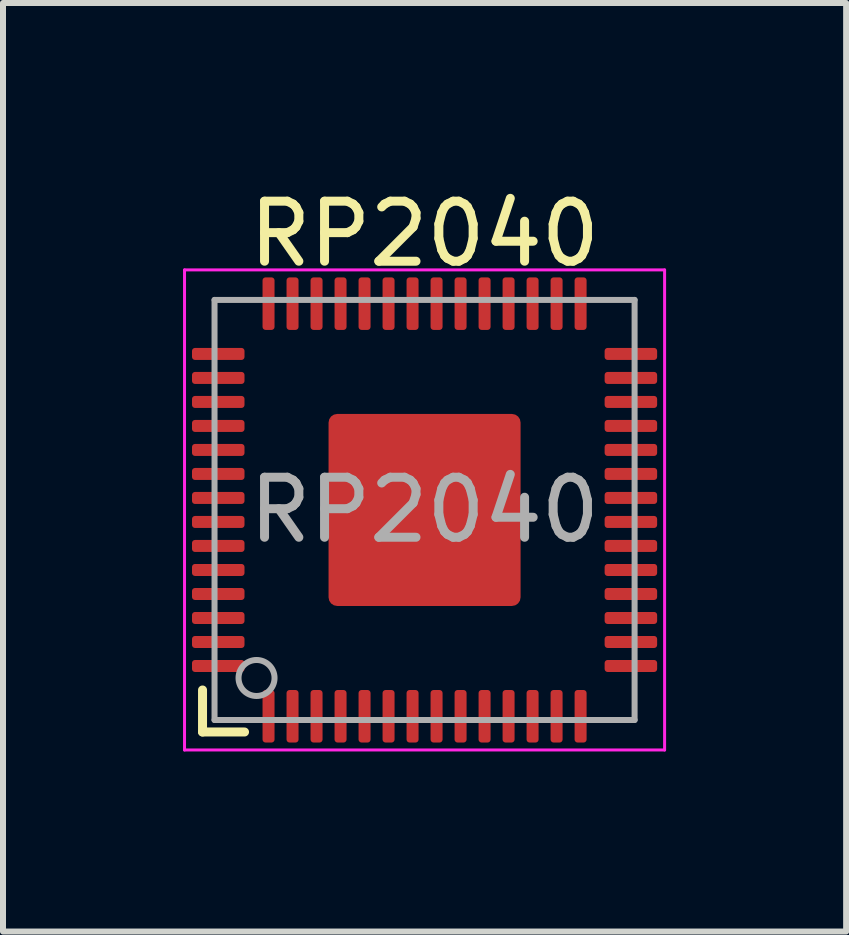
<source format=kicad_pcb>
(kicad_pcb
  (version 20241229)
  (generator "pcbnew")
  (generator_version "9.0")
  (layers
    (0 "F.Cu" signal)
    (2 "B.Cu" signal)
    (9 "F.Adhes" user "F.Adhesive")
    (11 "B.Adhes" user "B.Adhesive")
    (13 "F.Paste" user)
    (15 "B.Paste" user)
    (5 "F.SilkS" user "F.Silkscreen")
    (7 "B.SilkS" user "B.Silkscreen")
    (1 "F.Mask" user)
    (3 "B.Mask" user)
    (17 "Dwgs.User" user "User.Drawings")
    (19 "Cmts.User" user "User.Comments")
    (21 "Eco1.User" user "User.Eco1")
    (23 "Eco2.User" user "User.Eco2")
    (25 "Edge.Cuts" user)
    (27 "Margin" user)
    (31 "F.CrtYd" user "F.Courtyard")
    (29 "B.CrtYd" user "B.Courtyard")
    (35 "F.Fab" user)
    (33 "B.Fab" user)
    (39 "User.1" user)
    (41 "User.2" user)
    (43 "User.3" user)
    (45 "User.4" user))
  (footprint "RP2040"
    (layer "F.Cu")
    (at 4.025 5.448)
    (property "Reference" "RP2040" (at 0 -4.6 0) (layer "F.SilkS") (effects (font (size 1 1) (thickness 0.15))))
    (attr smd)
    (fp_line (start -3.7 3) (end -3.7 3.7) (stroke (width 0.15) (type solid)) (layer "F.SilkS"))
    (fp_line (start -3.7 3.7) (end -3 3.7) (stroke (width 0.15) (type solid)) (layer "F.SilkS"))
    (fp_poly (pts (xy -0.3 -0.3) (xy -1.3 -0.3) (xy -1.3 -1.3) (xy -0.3 -1.3)) (stroke (width 0.1) (type solid)) (fill yes) (layer "F.Paste"))
    (fp_poly (pts (xy -0.3 1.3) (xy -1.3 1.3) (xy -1.3 0.3) (xy -0.3 0.3)) (stroke (width 0.1) (type solid)) (fill yes) (layer "F.Paste"))
    (fp_poly (pts (xy 1.3 -0.3) (xy 0.3 -0.3) (xy 0.3 -1.3) (xy 1.3 -1.3)) (stroke (width 0.1) (type solid)) (fill yes) (layer "F.Paste"))
    (fp_poly (pts (xy 1.3 1.3) (xy 0.3 1.3) (xy 0.3 0.3) (xy 1.3 0.3)) (stroke (width 0.1) (type solid)) (fill yes) (layer "F.Paste"))
    (fp_line (start -4 -4) (end -4 4) (stroke (width 0.05) (type solid)) (layer "F.CrtYd"))
    (fp_line (start -4 4) (end 4 4) (stroke (width 0.05) (type solid)) (layer "F.CrtYd"))
    (fp_line (start 4 -4) (end -4 -4) (stroke (width 0.05) (type solid)) (layer "F.CrtYd"))
    (fp_line (start 4 4) (end 4 -4) (stroke (width 0.05) (type solid)) (layer "F.CrtYd"))
    (fp_line (start -3.5 -3.5) (end -3.5 3.5) (stroke (width 0.1) (type solid)) (layer "F.Fab"))
    (fp_line (start -3.5 3.5) (end 3.5 3.5) (stroke (width 0.1) (type solid)) (layer "F.Fab"))
    (fp_line (start 3.5 -3.5) (end -3.5 -3.5) (stroke (width 0.1) (type solid)) (layer "F.Fab"))
    (fp_line (start 3.5 3.5) (end 3.5 -3.5) (stroke (width 0.1) (type solid)) (layer "F.Fab"))
    (fp_circle (center -2.8 2.8) (end -2.8 2.5) (stroke (width 0.1) (type solid)) (fill no) (layer "F.Fab"))
    (fp_text user "${REFERENCE}" (at 0 0 0) (layer "F.Fab") (effects (font (size 1 1) (thickness 0.15))))
    (pad "1" smd roundrect (at -2.6 3.438 180) (size 0.2 0.875) (layers "F.Cu" "F.Mask" "F.Paste") (roundrect_rratio 0.25))
    (pad "2" smd roundrect (at -2.2 3.438 180) (size 0.2 0.875) (layers "F.Cu" "F.Mask" "F.Paste") (roundrect_rratio 0.25))
    (pad "3" smd roundrect (at -1.8 3.438 180) (size 0.2 0.875) (layers "F.Cu" "F.Mask" "F.Paste") (roundrect_rratio 0.25))
    (pad "4" smd roundrect (at -1.4 3.438 180) (size 0.2 0.875) (layers "F.Cu" "F.Mask" "F.Paste") (roundrect_rratio 0.25))
    (pad "5" smd roundrect (at -1 3.438 180) (size 0.2 0.875) (layers "F.Cu" "F.Mask" "F.Paste") (roundrect_rratio 0.25))
    (pad "6" smd roundrect (at -0.6 3.438 180) (size 0.2 0.875) (layers "F.Cu" "F.Mask" "F.Paste") (roundrect_rratio 0.25))
    (pad "7" smd roundrect (at -0.2 3.438 180) (size 0.2 0.875) (layers "F.Cu" "F.Mask" "F.Paste") (roundrect_rratio 0.25))
    (pad "8" smd roundrect (at 0.2 3.438 180) (size 0.2 0.875) (layers "F.Cu" "F.Mask" "F.Paste") (roundrect_rratio 0.25))
    (pad "9" smd roundrect (at 0.6 3.438 180) (size 0.2 0.875) (layers "F.Cu" "F.Mask" "F.Paste") (roundrect_rratio 0.25))
    (pad "10" smd roundrect (at 1 3.438 180) (size 0.2 0.875) (layers "F.Cu" "F.Mask" "F.Paste") (roundrect_rratio 0.25))
    (pad "11" smd roundrect (at 1.4 3.438 180) (size 0.2 0.875) (layers "F.Cu" "F.Mask" "F.Paste") (roundrect_rratio 0.25))
    (pad "12" smd roundrect (at 1.8 3.438 180) (size 0.2 0.875) (layers "F.Cu" "F.Mask" "F.Paste") (roundrect_rratio 0.25))
    (pad "13" smd roundrect (at 2.2 3.438 180) (size 0.2 0.875) (layers "F.Cu" "F.Mask" "F.Paste") (roundrect_rratio 0.25))
    (pad "14" smd roundrect (at 2.6 3.438 180) (size 0.2 0.875) (layers "F.Cu" "F.Mask" "F.Paste") (roundrect_rratio 0.25))
    (pad "15" smd roundrect (at 3.438 2.6 90) (size 0.2 0.875) (layers "F.Cu" "F.Mask" "F.Paste") (roundrect_rratio 0.25))
    (pad "16" smd roundrect (at 3.438 2.2 90) (size 0.2 0.875) (layers "F.Cu" "F.Mask" "F.Paste") (roundrect_rratio 0.25))
    (pad "17" smd roundrect (at 3.438 1.8 90) (size 0.2 0.875) (layers "F.Cu" "F.Mask" "F.Paste") (roundrect_rratio 0.25))
    (pad "18" smd roundrect (at 3.438 1.4 90) (size 0.2 0.875) (layers "F.Cu" "F.Mask" "F.Paste") (roundrect_rratio 0.25))
    (pad "19" smd roundrect (at 3.438 1 90) (size 0.2 0.875) (layers "F.Cu" "F.Mask" "F.Paste") (roundrect_rratio 0.25))
    (pad "20" smd roundrect (at 3.438 0.6 90) (size 0.2 0.875) (layers "F.Cu" "F.Mask" "F.Paste") (roundrect_rratio 0.25))
    (pad "21" smd roundrect (at 3.438 0.2 90) (size 0.2 0.875) (layers "F.Cu" "F.Mask" "F.Paste") (roundrect_rratio 0.25))
    (pad "22" smd roundrect (at 3.438 -0.2 90) (size 0.2 0.875) (layers "F.Cu" "F.Mask" "F.Paste") (roundrect_rratio 0.25))
    (pad "23" smd roundrect (at 3.438 -0.6 90) (size 0.2 0.875) (layers "F.Cu" "F.Mask" "F.Paste") (roundrect_rratio 0.25))
    (pad "24" smd roundrect (at 3.438 -1 90) (size 0.2 0.875) (layers "F.Cu" "F.Mask" "F.Paste") (roundrect_rratio 0.25))
    (pad "25" smd roundrect (at 3.438 -1.4 90) (size 0.2 0.875) (layers "F.Cu" "F.Mask" "F.Paste") (roundrect_rratio 0.25))
    (pad "26" smd roundrect (at 3.438 -1.8 90) (size 0.2 0.875) (layers "F.Cu" "F.Mask" "F.Paste") (roundrect_rratio 0.25))
    (pad "27" smd roundrect (at 3.438 -2.2 90) (size 0.2 0.875) (layers "F.Cu" "F.Mask" "F.Paste") (roundrect_rratio 0.25))
    (pad "28" smd roundrect (at 3.438 -2.6 90) (size 0.2 0.875) (layers "F.Cu" "F.Mask" "F.Paste") (roundrect_rratio 0.25))
    (pad "29" smd roundrect (at 2.6 -3.438 180) (size 0.2 0.875) (layers "F.Cu" "F.Mask" "F.Paste") (roundrect_rratio 0.25))
    (pad "30" smd roundrect (at 2.2 -3.438 180) (size 0.2 0.875) (layers "F.Cu" "F.Mask" "F.Paste") (roundrect_rratio 0.25))
    (pad "31" smd roundrect (at 1.8 -3.438 180) (size 0.2 0.875) (layers "F.Cu" "F.Mask" "F.Paste") (roundrect_rratio 0.25))
    (pad "32" smd roundrect (at 1.4 -3.438 180) (size 0.2 0.875) (layers "F.Cu" "F.Mask" "F.Paste") (roundrect_rratio 0.25))
    (pad "33" smd roundrect (at 1 -3.438 180) (size 0.2 0.875) (layers "F.Cu" "F.Mask" "F.Paste") (roundrect_rratio 0.25))
    (pad "34" smd roundrect (at 0.6 -3.438 180) (size 0.2 0.875) (layers "F.Cu" "F.Mask" "F.Paste") (roundrect_rratio 0.25))
    (pad "35" smd roundrect (at 0.2 -3.438 180) (size 0.2 0.875) (layers "F.Cu" "F.Mask" "F.Paste") (roundrect_rratio 0.25))
    (pad "36" smd roundrect (at -0.2 -3.438 180) (size 0.2 0.875) (layers "F.Cu" "F.Mask" "F.Paste") (roundrect_rratio 0.25))
    (pad "37" smd roundrect (at -0.6 -3.438 180) (size 0.2 0.875) (layers "F.Cu" "F.Mask" "F.Paste") (roundrect_rratio 0.25))
    (pad "38" smd roundrect (at -1 -3.438 180) (size 0.2 0.875) (layers "F.Cu" "F.Mask" "F.Paste") (roundrect_rratio 0.25))
    (pad "39" smd roundrect (at -1.4 -3.438 180) (size 0.2 0.875) (layers "F.Cu" "F.Mask" "F.Paste") (roundrect_rratio 0.25))
    (pad "40" smd roundrect (at -1.8 -3.438 180) (size 0.2 0.875) (layers "F.Cu" "F.Mask" "F.Paste") (roundrect_rratio 0.25))
    (pad "41" smd roundrect (at -2.2 -3.438 180) (size 0.2 0.875) (layers "F.Cu" "F.Mask" "F.Paste") (roundrect_rratio 0.25))
    (pad "42" smd roundrect (at -2.6 -3.438 180) (size 0.2 0.875) (layers "F.Cu" "F.Mask" "F.Paste") (roundrect_rratio 0.25))
    (pad "43" smd roundrect (at -3.438 -2.6 90) (size 0.2 0.875) (layers "F.Cu" "F.Mask" "F.Paste") (roundrect_rratio 0.25))
    (pad "44" smd roundrect (at -3.438 -2.2 90) (size 0.2 0.875) (layers "F.Cu" "F.Mask" "F.Paste") (roundrect_rratio 0.25))
    (pad "45" smd roundrect (at -3.438 -1.8 90) (size 0.2 0.875) (layers "F.Cu" "F.Mask" "F.Paste") (roundrect_rratio 0.25))
    (pad "46" smd roundrect (at -3.438 -1.4 90) (size 0.2 0.875) (layers "F.Cu" "F.Mask" "F.Paste") (roundrect_rratio 0.25))
    (pad "47" smd roundrect (at -3.438 -1 90) (size 0.2 0.875) (layers "F.Cu" "F.Mask" "F.Paste") (roundrect_rratio 0.25))
    (pad "48" smd roundrect (at -3.438 -0.6 90) (size 0.2 0.875) (layers "F.Cu" "F.Mask" "F.Paste") (roundrect_rratio 0.25))
    (pad "49" smd roundrect (at -3.438 -0.2 90) (size 0.2 0.875) (layers "F.Cu" "F.Mask" "F.Paste") (roundrect_rratio 0.25))
    (pad "50" smd roundrect (at -3.438 0.2 90) (size 0.2 0.875) (layers "F.Cu" "F.Mask" "F.Paste") (roundrect_rratio 0.25))
    (pad "51" smd roundrect (at -3.438 0.6 90) (size 0.2 0.875) (layers "F.Cu" "F.Mask" "F.Paste") (roundrect_rratio 0.25))
    (pad "52" smd roundrect (at -3.438 1 90) (size 0.2 0.875) (layers "F.Cu" "F.Mask" "F.Paste") (roundrect_rratio 0.25))
    (pad "53" smd roundrect (at -3.438 1.4 90) (size 0.2 0.875) (layers "F.Cu" "F.Mask" "F.Paste") (roundrect_rratio 0.25))
    (pad "54" smd roundrect (at -3.438 1.8 90) (size 0.2 0.875) (layers "F.Cu" "F.Mask" "F.Paste") (roundrect_rratio 0.25))
    (pad "55" smd roundrect (at -3.438 2.2 90) (size 0.2 0.875) (layers "F.Cu" "F.Mask" "F.Paste") (roundrect_rratio 0.25))
    (pad "56" smd roundrect (at -3.438 2.6 90) (size 0.2 0.875) (layers "F.Cu" "F.Mask" "F.Paste") (roundrect_rratio 0.25))
    (pad "57" smd roundrect (at 0 0) (size 3.2 3.2) (layers "F.Cu" "F.Mask") (roundrect_rratio 0.045)))
  (gr_rect
    (start -3 -3)
    (end 11.05 12.473)
    (stroke (width 0.1) (type default))
    (fill no)
    (layer "Edge.Cuts")))
</source>
